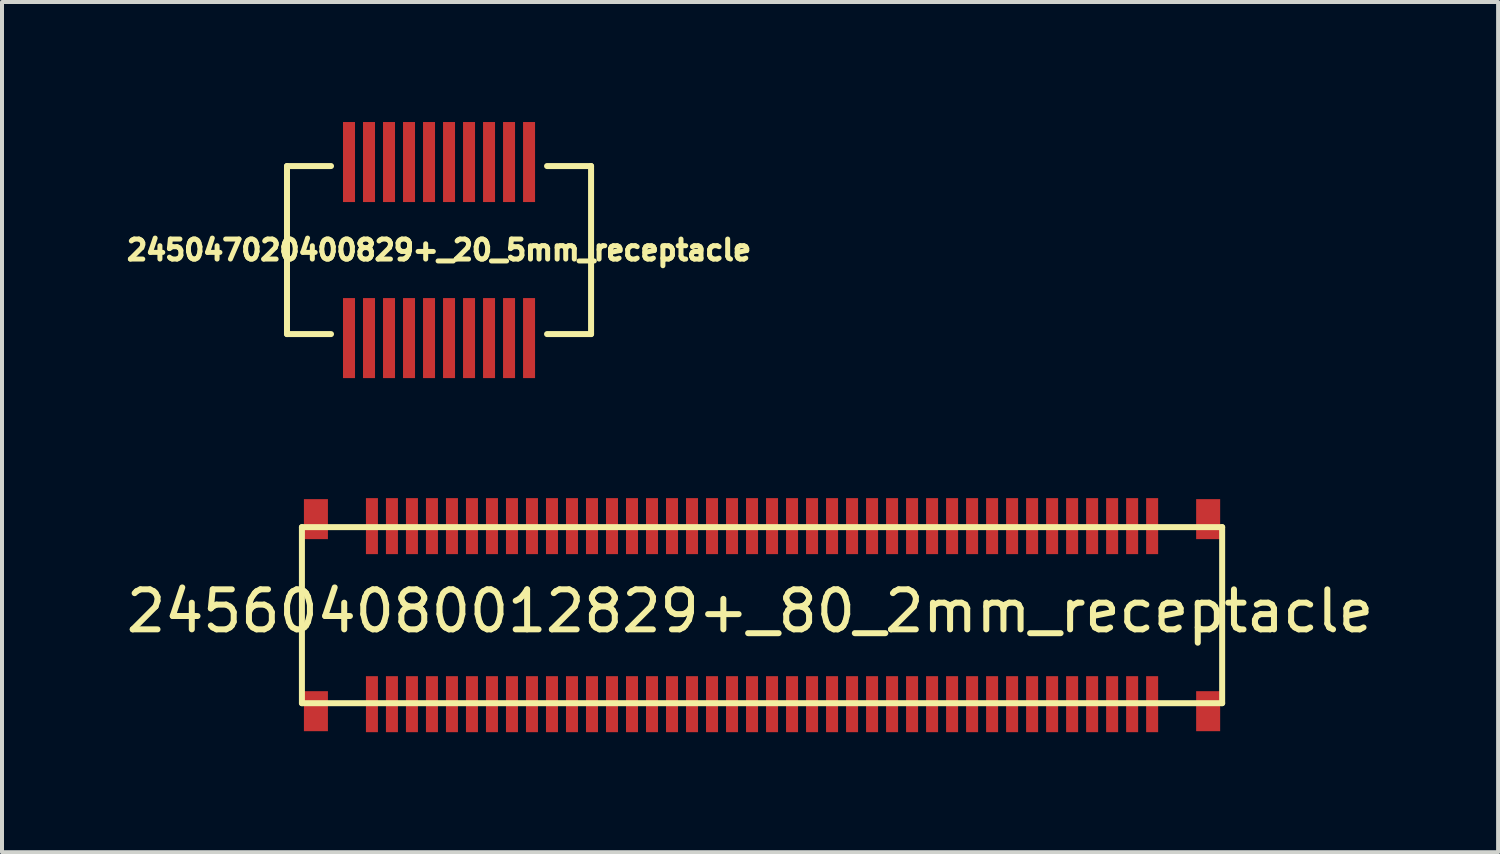
<source format=kicad_pcb>
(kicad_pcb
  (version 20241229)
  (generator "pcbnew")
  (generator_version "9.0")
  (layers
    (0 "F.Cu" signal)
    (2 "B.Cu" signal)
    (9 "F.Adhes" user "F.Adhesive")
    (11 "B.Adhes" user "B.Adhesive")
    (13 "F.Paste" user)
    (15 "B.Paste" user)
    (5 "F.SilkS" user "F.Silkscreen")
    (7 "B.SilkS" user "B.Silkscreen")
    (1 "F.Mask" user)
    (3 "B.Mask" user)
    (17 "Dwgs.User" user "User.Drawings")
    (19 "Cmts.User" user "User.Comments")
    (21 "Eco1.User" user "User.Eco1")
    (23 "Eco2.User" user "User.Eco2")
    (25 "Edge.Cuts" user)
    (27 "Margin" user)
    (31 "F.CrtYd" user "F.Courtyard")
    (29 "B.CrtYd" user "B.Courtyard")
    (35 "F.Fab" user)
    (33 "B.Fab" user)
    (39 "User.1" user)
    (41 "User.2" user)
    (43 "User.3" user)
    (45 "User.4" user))
  (footprint "245047020400829+_20_5mm_receptacle"
    (layer "F.Cu")
    (at 7.923 3.2)
    (property "Reference" "245047020400829+_20_5mm_receptacle" (at 0 0 0) (layer "F.SilkS") (effects (font (size 0.5 0.5) (thickness 0.125))))
    (attr through_hole)
    (fp_line (start -3.8 -2.1) (end -3.8 2.1) (stroke (width 0.15) (type solid)) (layer "F.SilkS"))
    (fp_line (start -3.8 2.1) (end -2.7 2.1) (stroke (width 0.15) (type solid)) (layer "F.SilkS"))
    (fp_line (start -2.7 -2.1) (end -3.8 -2.1) (stroke (width 0.15) (type solid)) (layer "F.SilkS"))
    (fp_line (start 2.7 -2.1) (end 3.8 -2.1) (stroke (width 0.15) (type solid)) (layer "F.SilkS"))
    (fp_line (start 3.8 -2.1) (end 3.8 2.1) (stroke (width 0.15) (type solid)) (layer "F.SilkS"))
    (fp_line (start 3.8 2.1) (end 2.7 2.1) (stroke (width 0.15) (type solid)) (layer "F.SilkS"))
    (pad "1" smd rect (at -2.25 -2.2) (size 0.3 2) (layers "F.Cu" "F.Mask" "F.Paste"))
    (pad "2" smd rect (at -2.25 2.2) (size 0.3 2) (layers "F.Cu" "F.Mask" "F.Paste"))
    (pad "3" smd rect (at -1.75 -2.2) (size 0.3 2) (layers "F.Cu" "F.Mask" "F.Paste"))
    (pad "4" smd rect (at -1.75 2.2) (size 0.3 2) (layers "F.Cu" "F.Mask" "F.Paste"))
    (pad "5" smd rect (at -1.25 -2.2) (size 0.3 2) (layers "F.Cu" "F.Mask" "F.Paste"))
    (pad "6" smd rect (at -1.25 2.2) (size 0.3 2) (layers "F.Cu" "F.Mask" "F.Paste"))
    (pad "7" smd rect (at -0.75 -2.2) (size 0.3 2) (layers "F.Cu" "F.Mask" "F.Paste"))
    (pad "8" smd rect (at -0.75 2.2) (size 0.3 2) (layers "F.Cu" "F.Mask" "F.Paste"))
    (pad "9" smd rect (at -0.25 -2.2) (size 0.3 2) (layers "F.Cu" "F.Mask" "F.Paste"))
    (pad "10" smd rect (at -0.25 2.2) (size 0.3 2) (layers "F.Cu" "F.Mask" "F.Paste"))
    (pad "11" smd rect (at 0.25 -2.2) (size 0.3 2) (layers "F.Cu" "F.Mask" "F.Paste"))
    (pad "12" smd rect (at 0.25 2.2) (size 0.3 2) (layers "F.Cu" "F.Mask" "F.Paste"))
    (pad "13" smd rect (at 0.75 -2.2) (size 0.3 2) (layers "F.Cu" "F.Mask" "F.Paste"))
    (pad "14" smd rect (at 0.75 2.2) (size 0.3 2) (layers "F.Cu" "F.Mask" "F.Paste"))
    (pad "15" smd rect (at 1.25 -2.2) (size 0.3 2) (layers "F.Cu" "F.Mask" "F.Paste"))
    (pad "16" smd rect (at 1.25 2.2) (size 0.3 2) (layers "F.Cu" "F.Mask" "F.Paste"))
    (pad "17" smd rect (at 1.75 -2.2) (size 0.3 2) (layers "F.Cu" "F.Mask" "F.Paste"))
    (pad "18" smd rect (at 1.75 2.2) (size 0.3 2) (layers "F.Cu" "F.Mask" "F.Paste"))
    (pad "19" smd rect (at 2.25 -2.2) (size 0.3 2) (layers "F.Cu" "F.Mask" "F.Paste"))
    (pad "20" smd rect (at 2.25 2.2) (size 0.3 2) (layers "F.Cu" "F.Mask" "F.Paste")))
  (footprint "245604080012829+_80_2mm_receptacle"
    (layer "F.Cu")
    (at 15.996 12.325)
    (property "Reference" "245604080012829+_80_2mm_receptacle" (at -0.3 -0.1 0) (layer "F.SilkS") (effects (font (size 1 1) (thickness 0.15))))
    (attr through_hole)
    (fp_line (start -11.5 -2.2) (end 11.5 -2.2) (stroke (width 0.15) (type solid)) (layer "F.SilkS"))
    (fp_line (start -11.5 2.2) (end -11.5 -2.2) (stroke (width 0.15) (type solid)) (layer "F.SilkS"))
    (fp_line (start 11.5 -2.2) (end 11.5 2.2) (stroke (width 0.15) (type solid)) (layer "F.SilkS"))
    (fp_line (start 11.5 2.2) (end -11.5 2.2) (stroke (width 0.15) (type solid)) (layer "F.SilkS"))
    (pad "1" smd rect (at -9.75 -2.225) (size 0.3 1.4) (layers "F.Cu" "F.Mask" "F.Paste"))
    (pad "2" smd rect (at -9.75 2.225) (size 0.3 1.4) (layers "F.Cu" "F.Mask" "F.Paste"))
    (pad "3" smd rect (at -9.25 -2.225) (size 0.3 1.4) (layers "F.Cu" "F.Mask" "F.Paste"))
    (pad "4" smd rect (at -9.25 2.225) (size 0.3 1.4) (layers "F.Cu" "F.Mask" "F.Paste"))
    (pad "5" smd rect (at -8.75 -2.225) (size 0.3 1.4) (layers "F.Cu" "F.Mask" "F.Paste"))
    (pad "6" smd rect (at -8.75 2.225) (size 0.3 1.4) (layers "F.Cu" "F.Mask" "F.Paste"))
    (pad "7" smd rect (at -8.25 -2.225) (size 0.3 1.4) (layers "F.Cu" "F.Mask" "F.Paste"))
    (pad "8" smd rect (at -8.25 2.225) (size 0.3 1.4) (layers "F.Cu" "F.Mask" "F.Paste"))
    (pad "9" smd rect (at -7.75 -2.225) (size 0.3 1.4) (layers "F.Cu" "F.Mask" "F.Paste"))
    (pad "10" smd rect (at -7.75 2.225) (size 0.3 1.4) (layers "F.Cu" "F.Mask" "F.Paste"))
    (pad "11" smd rect (at -7.25 -2.225) (size 0.3 1.4) (layers "F.Cu" "F.Mask" "F.Paste"))
    (pad "12" smd rect (at -7.25 2.225) (size 0.3 1.4) (layers "F.Cu" "F.Mask" "F.Paste"))
    (pad "13" smd rect (at -6.75 -2.225) (size 0.3 1.4) (layers "F.Cu" "F.Mask" "F.Paste"))
    (pad "14" smd rect (at -6.75 2.225) (size 0.3 1.4) (layers "F.Cu" "F.Mask" "F.Paste"))
    (pad "15" smd rect (at -6.25 -2.225) (size 0.3 1.4) (layers "F.Cu" "F.Mask" "F.Paste"))
    (pad "16" smd rect (at -6.25 2.225) (size 0.3 1.4) (layers "F.Cu" "F.Mask" "F.Paste"))
    (pad "17" smd rect (at -5.75 -2.225) (size 0.3 1.4) (layers "F.Cu" "F.Mask" "F.Paste"))
    (pad "18" smd rect (at -5.75 2.225) (size 0.3 1.4) (layers "F.Cu" "F.Mask" "F.Paste"))
    (pad "19" smd rect (at -5.25 -2.225) (size 0.3 1.4) (layers "F.Cu" "F.Mask" "F.Paste"))
    (pad "20" smd rect (at -5.25 2.225) (size 0.3 1.4) (layers "F.Cu" "F.Mask" "F.Paste"))
    (pad "21" smd rect (at -4.75 -2.225) (size 0.3 1.4) (layers "F.Cu" "F.Mask" "F.Paste"))
    (pad "22" smd rect (at -4.75 2.225) (size 0.3 1.4) (layers "F.Cu" "F.Mask" "F.Paste"))
    (pad "23" smd rect (at -4.25 -2.225) (size 0.3 1.4) (layers "F.Cu" "F.Mask" "F.Paste"))
    (pad "24" smd rect (at -4.25 2.225) (size 0.3 1.4) (layers "F.Cu" "F.Mask" "F.Paste"))
    (pad "25" smd rect (at -3.75 -2.225) (size 0.3 1.4) (layers "F.Cu" "F.Mask" "F.Paste"))
    (pad "26" smd rect (at -3.75 2.225) (size 0.3 1.4) (layers "F.Cu" "F.Mask" "F.Paste"))
    (pad "27" smd rect (at -3.25 -2.225) (size 0.3 1.4) (layers "F.Cu" "F.Mask" "F.Paste"))
    (pad "28" smd rect (at -3.25 2.225) (size 0.3 1.4) (layers "F.Cu" "F.Mask" "F.Paste"))
    (pad "29" smd rect (at -2.75 -2.225) (size 0.3 1.4) (layers "F.Cu" "F.Mask" "F.Paste"))
    (pad "30" smd rect (at -2.75 2.225) (size 0.3 1.4) (layers "F.Cu" "F.Mask" "F.Paste"))
    (pad "31" smd rect (at -2.25 -2.225) (size 0.3 1.4) (layers "F.Cu" "F.Mask" "F.Paste"))
    (pad "32" smd rect (at -2.25 2.225) (size 0.3 1.4) (layers "F.Cu" "F.Mask" "F.Paste"))
    (pad "33" smd rect (at -1.75 -2.225) (size 0.3 1.4) (layers "F.Cu" "F.Mask" "F.Paste"))
    (pad "34" smd rect (at -1.75 2.225) (size 0.3 1.4) (layers "F.Cu" "F.Mask" "F.Paste"))
    (pad "35" smd rect (at -1.25 -2.225) (size 0.3 1.4) (layers "F.Cu" "F.Mask" "F.Paste"))
    (pad "36" smd rect (at -1.25 2.225) (size 0.3 1.4) (layers "F.Cu" "F.Mask" "F.Paste"))
    (pad "37" smd rect (at -0.75 -2.225) (size 0.3 1.4) (layers "F.Cu" "F.Mask" "F.Paste"))
    (pad "38" smd rect (at -0.75 2.225) (size 0.3 1.4) (layers "F.Cu" "F.Mask" "F.Paste"))
    (pad "39" smd rect (at -0.25 -2.225) (size 0.3 1.4) (layers "F.Cu" "F.Mask" "F.Paste"))
    (pad "40" smd rect (at -0.25 2.225) (size 0.3 1.4) (layers "F.Cu" "F.Mask" "F.Paste"))
    (pad "41" smd rect (at 0.25 -2.225) (size 0.3 1.4) (layers "F.Cu" "F.Mask" "F.Paste"))
    (pad "42" smd rect (at 0.25 2.225) (size 0.3 1.4) (layers "F.Cu" "F.Mask" "F.Paste"))
    (pad "43" smd rect (at 0.75 -2.225) (size 0.3 1.4) (layers "F.Cu" "F.Mask" "F.Paste"))
    (pad "44" smd rect (at 0.75 2.225) (size 0.3 1.4) (layers "F.Cu" "F.Mask" "F.Paste"))
    (pad "45" smd rect (at 1.25 -2.225) (size 0.3 1.4) (layers "F.Cu" "F.Mask" "F.Paste"))
    (pad "46" smd rect (at 1.25 2.225) (size 0.3 1.4) (layers "F.Cu" "F.Mask" "F.Paste"))
    (pad "47" smd rect (at 1.75 -2.225) (size 0.3 1.4) (layers "F.Cu" "F.Mask" "F.Paste"))
    (pad "48" smd rect (at 1.75 2.225) (size 0.3 1.4) (layers "F.Cu" "F.Mask" "F.Paste"))
    (pad "49" smd rect (at 2.25 -2.225) (size 0.3 1.4) (layers "F.Cu" "F.Mask" "F.Paste"))
    (pad "50" smd rect (at 2.25 2.225) (size 0.3 1.4) (layers "F.Cu" "F.Mask" "F.Paste"))
    (pad "51" smd rect (at 2.75 -2.225) (size 0.3 1.4) (layers "F.Cu" "F.Mask" "F.Paste"))
    (pad "52" smd rect (at 2.75 2.225) (size 0.3 1.4) (layers "F.Cu" "F.Mask" "F.Paste"))
    (pad "53" smd rect (at 3.25 -2.225) (size 0.3 1.4) (layers "F.Cu" "F.Mask" "F.Paste"))
    (pad "54" smd rect (at 3.25 2.225) (size 0.3 1.4) (layers "F.Cu" "F.Mask" "F.Paste"))
    (pad "55" smd rect (at 3.75 -2.225) (size 0.3 1.4) (layers "F.Cu" "F.Mask" "F.Paste"))
    (pad "56" smd rect (at 3.75 2.225) (size 0.3 1.4) (layers "F.Cu" "F.Mask" "F.Paste"))
    (pad "57" smd rect (at 4.25 -2.225) (size 0.3 1.4) (layers "F.Cu" "F.Mask" "F.Paste"))
    (pad "58" smd rect (at 4.25 2.225) (size 0.3 1.4) (layers "F.Cu" "F.Mask" "F.Paste"))
    (pad "59" smd rect (at 4.75 -2.225) (size 0.3 1.4) (layers "F.Cu" "F.Mask" "F.Paste"))
    (pad "60" smd rect (at 4.75 2.225) (size 0.3 1.4) (layers "F.Cu" "F.Mask" "F.Paste"))
    (pad "61" smd rect (at 5.25 -2.225) (size 0.3 1.4) (layers "F.Cu" "F.Mask" "F.Paste"))
    (pad "62" smd rect (at 5.25 2.225) (size 0.3 1.4) (layers "F.Cu" "F.Mask" "F.Paste"))
    (pad "63" smd rect (at 5.75 -2.225) (size 0.3 1.4) (layers "F.Cu" "F.Mask" "F.Paste"))
    (pad "64" smd rect (at 5.75 2.225) (size 0.3 1.4) (layers "F.Cu" "F.Mask" "F.Paste"))
    (pad "65" smd rect (at 6.25 -2.225) (size 0.3 1.4) (layers "F.Cu" "F.Mask" "F.Paste"))
    (pad "66" smd rect (at 6.25 2.225) (size 0.3 1.4) (layers "F.Cu" "F.Mask" "F.Paste"))
    (pad "67" smd rect (at 6.75 -2.225) (size 0.3 1.4) (layers "F.Cu" "F.Mask" "F.Paste"))
    (pad "68" smd rect (at 6.75 2.225) (size 0.3 1.4) (layers "F.Cu" "F.Mask" "F.Paste"))
    (pad "69" smd rect (at 7.25 -2.225) (size 0.3 1.4) (layers "F.Cu" "F.Mask" "F.Paste"))
    (pad "70" smd rect (at 7.25 2.225) (size 0.3 1.4) (layers "F.Cu" "F.Mask" "F.Paste"))
    (pad "71" smd rect (at 7.75 -2.225) (size 0.3 1.4) (layers "F.Cu" "F.Mask" "F.Paste"))
    (pad "72" smd rect (at 7.75 2.225) (size 0.3 1.4) (layers "F.Cu" "F.Mask" "F.Paste"))
    (pad "73" smd rect (at 8.25 -2.225) (size 0.3 1.4) (layers "F.Cu" "F.Mask" "F.Paste"))
    (pad "74" smd rect (at 8.25 2.225) (size 0.3 1.4) (layers "F.Cu" "F.Mask" "F.Paste"))
    (pad "75" smd rect (at 8.75 -2.225) (size 0.3 1.4) (layers "F.Cu" "F.Mask" "F.Paste"))
    (pad "76" smd rect (at 8.75 2.225) (size 0.3 1.4) (layers "F.Cu" "F.Mask" "F.Paste"))
    (pad "77" smd rect (at 9.25 -2.225) (size 0.3 1.4) (layers "F.Cu" "F.Mask" "F.Paste"))
    (pad "78" smd rect (at 9.25 2.225) (size 0.3 1.4) (layers "F.Cu" "F.Mask" "F.Paste"))
    (pad "79" smd rect (at 9.75 -2.225) (size 0.3 1.4) (layers "F.Cu" "F.Mask" "F.Paste"))
    (pad "80" smd rect (at 9.75 2.225) (size 0.3 1.4) (layers "F.Cu" "F.Mask" "F.Paste"))
    (pad "fix" smd rect (at -11.15 -2.4) (size 0.6 1) (layers "F.Cu" "F.Mask" "F.Paste"))
    (pad "fix" smd rect (at -11.15 2.4) (size 0.6 1) (layers "F.Cu" "F.Mask" "F.Paste"))
    (pad "fix" smd rect (at 11.15 -2.4) (size 0.6 1) (layers "F.Cu" "F.Mask" "F.Paste"))
    (pad "fix" smd rect (at 11.15 2.4) (size 0.6 1) (layers "F.Cu" "F.Mask" "F.Paste")))
  (gr_rect
    (start -3 -3)
    (end 34.393 18.25)
    (stroke (width 0.1) (type default))
    (fill no)
    (layer "Edge.Cuts")))
</source>
